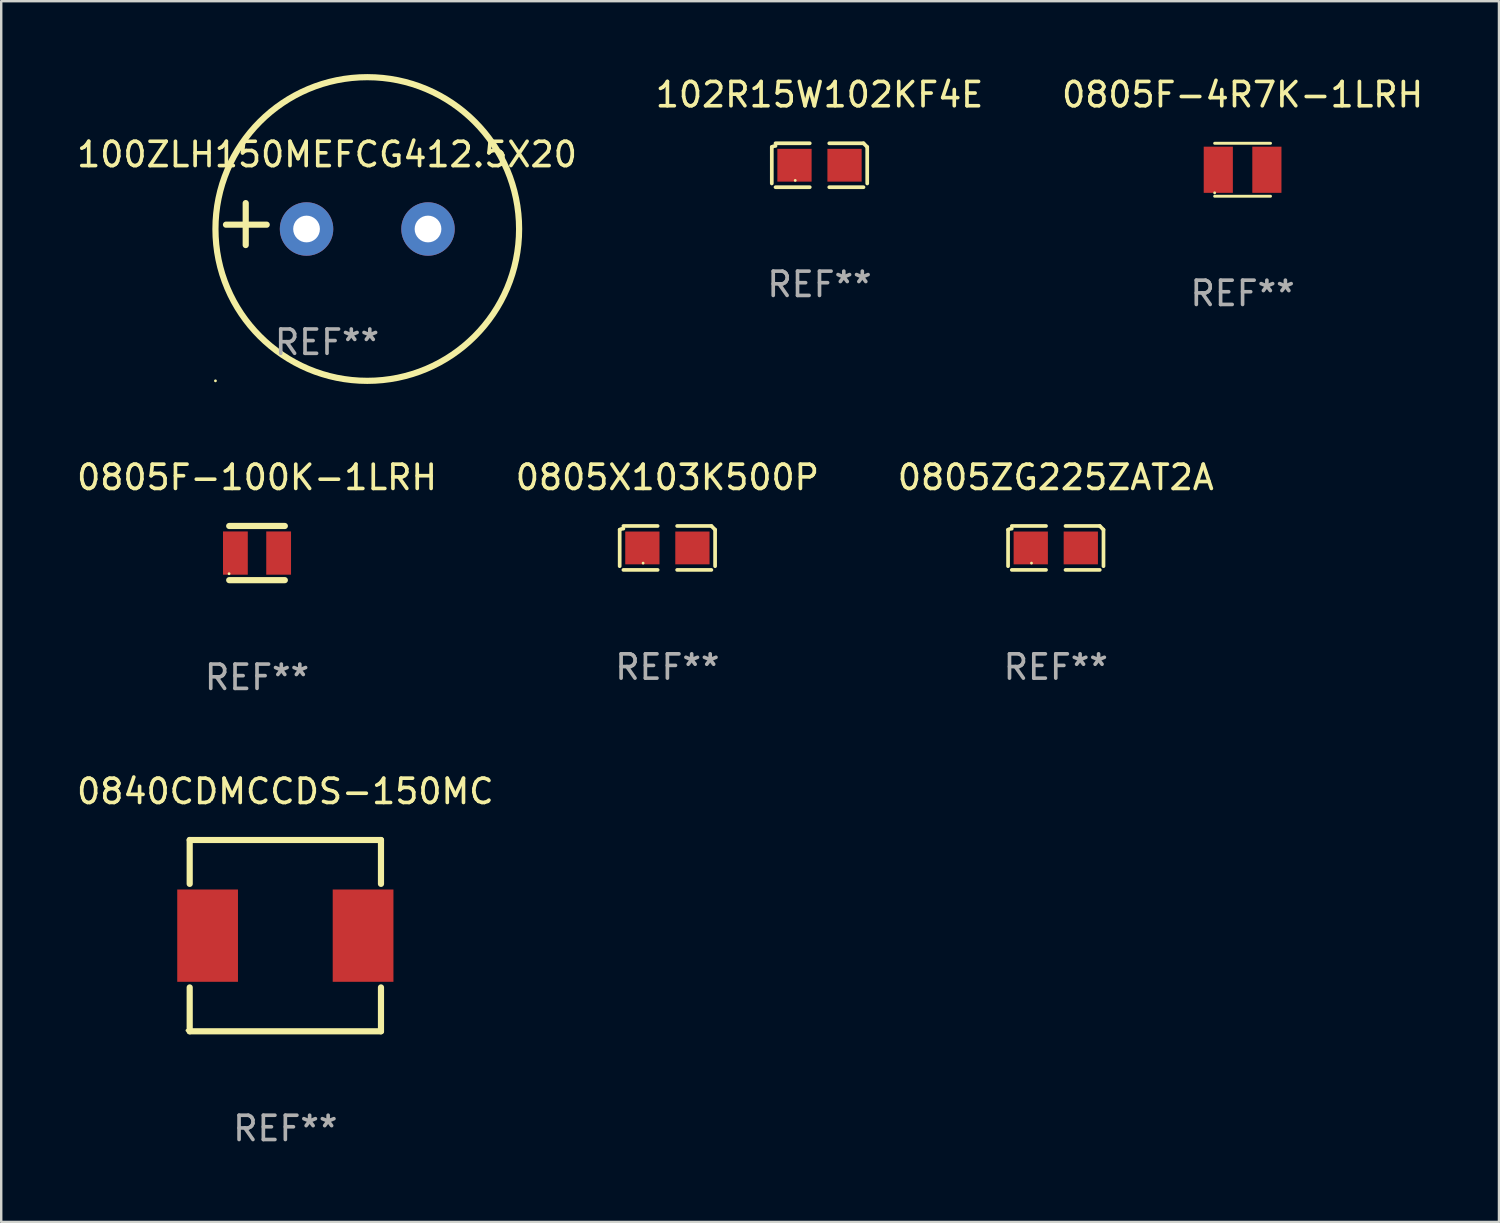
<source format=kicad_pcb>
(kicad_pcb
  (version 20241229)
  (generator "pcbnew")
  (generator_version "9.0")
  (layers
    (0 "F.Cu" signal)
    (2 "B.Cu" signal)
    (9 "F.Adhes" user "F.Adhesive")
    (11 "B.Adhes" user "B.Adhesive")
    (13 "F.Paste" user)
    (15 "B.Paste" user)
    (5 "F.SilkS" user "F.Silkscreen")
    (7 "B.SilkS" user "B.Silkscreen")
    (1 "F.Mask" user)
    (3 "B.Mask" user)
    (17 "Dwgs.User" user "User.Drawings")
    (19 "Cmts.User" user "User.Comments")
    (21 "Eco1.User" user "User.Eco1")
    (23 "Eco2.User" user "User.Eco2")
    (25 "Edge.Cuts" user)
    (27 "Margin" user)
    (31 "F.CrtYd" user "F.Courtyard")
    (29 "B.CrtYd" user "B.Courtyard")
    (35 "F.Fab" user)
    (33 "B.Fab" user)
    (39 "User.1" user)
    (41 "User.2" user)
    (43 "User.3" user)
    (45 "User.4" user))
  (footprint "0840CDMCCDS-150MC"
    (layer "F.Cu")
    (at 8.696 35.466)
    (property "Reference" "0840CDMCCDS-150MC" (at 0 -5.937 0) (layer "F.SilkS") (effects (font (size 1 1) (thickness 0.15))))
    (attr through_hole)
    (fp_line (start -3.937 -3.937) (end 3.937 -3.937) (stroke (width 0.254) (type solid)) (layer "F.SilkS"))
    (fp_line (start -3.937 -2.131) (end -3.937 -3.937) (stroke (width 0.254) (type solid)) (layer "F.SilkS"))
    (fp_line (start -3.937 3.937) (end -3.937 2.131) (stroke (width 0.254) (type solid)) (layer "F.SilkS"))
    (fp_line (start 3.937 -3.937) (end 3.937 -2.131) (stroke (width 0.254) (type solid)) (layer "F.SilkS"))
    (fp_line (start 3.937 2.131) (end 3.937 3.937) (stroke (width 0.254) (type solid)) (layer "F.SilkS"))
    (fp_line (start 3.937 3.937) (end -3.937 3.937) (stroke (width 0.254) (type solid)) (layer "F.SilkS"))
    (fp_circle (center -4.05 3.9) (end -4.02 3.9) (stroke (width 0.06) (type solid)) (fill no) (layer "F.SilkS"))
    (fp_text user "REF**" (at 0 7.937 0) (layer "F.Fab") (effects (font (size 1 1) (thickness 0.15))))
    (pad "1" smd rect (at -3.2 0) (size 2.5 3.8) (layers "F.Cu" "F.Mask" "F.Paste"))
    (pad "2" smd rect (at 3.2 0) (size 2.5 3.8) (layers "F.Cu" "F.Mask" "F.Paste")))
  (footprint "0805F-4R7K-1LRH"
    (layer "F.Cu")
    (at 48.101 3.938)
    (property "Reference" "0805F-4R7K-1LRH" (at 0 -3.09 0) (layer "F.SilkS") (effects (font (size 1 1) (thickness 0.15))))
    (attr through_hole)
    (fp_line (start -1.15 1.09) (end 1.15 1.09) (stroke (width 0.12) (type solid)) (layer "F.SilkS"))
    (fp_line (start 1.15 -1.09) (end -1.15 -1.09) (stroke (width 0.12) (type solid)) (layer "F.SilkS"))
    (fp_circle (center -1.15 0.95) (end -1.12 0.95) (stroke (width 0.06) (type solid)) (fill no) (layer "F.SilkS"))
    (fp_text user "REF**" (at 0 5.09 0) (layer "F.Fab") (effects (font (size 1 1) (thickness 0.15))))
    (pad "1" smd rect (at -1 0 90) (size 1.9 1.2) (layers "F.Cu" "F.Mask" "F.Paste"))
    (pad "2" smd rect (at 1 0 90) (size 1.9 1.2) (layers "F.Cu" "F.Mask" "F.Paste")))
  (footprint "0805X103K500P"
    (layer "F.Cu")
    (at 24.423 19.506)
    (property "Reference" "0805X103K500P" (at 0 -2.904 0) (layer "F.SilkS") (effects (font (size 1 1) (thickness 0.15))))
    (attr through_hole)
    (fp_line (start -1.964 0.751) (end -1.964 -0.751) (stroke (width 0.152) (type solid)) (layer "F.SilkS"))
    (fp_line (start -1.811 -0.904) (end -0.401 -0.904) (stroke (width 0.152) (type solid)) (layer "F.SilkS"))
    (fp_line (start -0.401 0.904) (end -1.811 0.904) (stroke (width 0.152) (type solid)) (layer "F.SilkS"))
    (fp_line (start 0.401 0.904) (end 1.811 0.904) (stroke (width 0.152) (type solid)) (layer "F.SilkS"))
    (fp_line (start 1.811 -0.904) (end 0.401 -0.904) (stroke (width 0.152) (type solid)) (layer "F.SilkS"))
    (fp_line (start 1.964 0.751) (end 1.964 -0.751) (stroke (width 0.152) (type solid)) (layer "F.SilkS"))
    (fp_arc (start -1.963602 -0.751207) (mid -1.890354 -0.783131) (end -1.811201 -0.794044) (stroke (width 0.1524) (type solid)) (layer "F.SilkS"))
    (fp_arc (start 1.811202 -0.903607) (mid 1.887413 -0.827418) (end 1.963602 -0.751207) (stroke (width 0.1524) (type solid)) (layer "F.SilkS"))
    (fp_circle (center -1 0.625) (end -0.97 0.625) (stroke (width 0.06) (type solid)) (fill no) (layer "F.SilkS"))
    (fp_text user "REF**" (at 0 4.904 0) (layer "F.Fab") (effects (font (size 1 1) (thickness 0.15))))
    (pad "1" smd rect (at -1.03 0) (size 1.41 1.35) (layers "F.Cu" "F.Mask" "F.Paste"))
    (pad "2" smd rect (at 1.03 0) (size 1.41 1.35) (layers "F.Cu" "F.Mask" "F.Paste")))
  (footprint "100ZLH150MEFCG412.5X20"
    (layer "F.Cu")
    (at 10.411 6.174)
    (property "Reference" "100ZLH150MEFCG412.5X20" (at 0 -2.864 0) (layer "F.SilkS") (effects (font (size 1 1) (thickness 0.15))))
    (attr through_hole)
    (fp_line (start -3.346 0.864) (end -3.346 -0.864) (stroke (width 0.254) (type solid)) (layer "F.SilkS"))
    (fp_line (start -2.482 0.025) (end -4.158 0.025) (stroke (width 0.254) (type solid)) (layer "F.SilkS"))
    (fp_circle (center -4.592 6.453) (end -4.562 6.453) (stroke (width 0.06) (type solid)) (fill no) (layer "F.SilkS"))
    (fp_circle (center 1.658 0.203) (end 7.908 0.203) (stroke (width 0.254) (type solid)) (fill no) (layer "F.SilkS"))
    (fp_text user "REF**" (at 0 4.864 0) (layer "F.Fab") (effects (font (size 1 1) (thickness 0.15))))
    (pad "1" thru_hole circle (at -0.842 0.203) (size 2.2 2.2) (drill 1.1) (layers "*.Cu" "*.Mask"))
    (pad "2" thru_hole circle (at 4.158 0.203) (size 2.2 2.2) (drill 1.1) (layers "*.Cu" "*.Mask")))
  (footprint "0805ZG225ZAT2A"
    (layer "F.Cu")
    (at 40.411 19.506)
    (property "Reference" "0805ZG225ZAT2A" (at 0 -2.904 0) (layer "F.SilkS") (effects (font (size 1 1) (thickness 0.15))))
    (attr through_hole)
    (fp_line (start -1.964 0.751) (end -1.964 -0.751) (stroke (width 0.152) (type solid)) (layer "F.SilkS"))
    (fp_line (start -1.811 -0.904) (end -0.401 -0.904) (stroke (width 0.152) (type solid)) (layer "F.SilkS"))
    (fp_line (start -0.401 0.904) (end -1.811 0.904) (stroke (width 0.152) (type solid)) (layer "F.SilkS"))
    (fp_line (start 0.401 0.904) (end 1.811 0.904) (stroke (width 0.152) (type solid)) (layer "F.SilkS"))
    (fp_line (start 1.811 -0.904) (end 0.401 -0.904) (stroke (width 0.152) (type solid)) (layer "F.SilkS"))
    (fp_line (start 1.964 0.751) (end 1.964 -0.751) (stroke (width 0.152) (type solid)) (layer "F.SilkS"))
    (fp_arc (start -1.963602 -0.751207) (mid -1.890354 -0.783131) (end -1.811201 -0.794044) (stroke (width 0.1524) (type solid)) (layer "F.SilkS"))
    (fp_arc (start 1.811202 -0.903607) (mid 1.887413 -0.827418) (end 1.963602 -0.751207) (stroke (width 0.1524) (type solid)) (layer "F.SilkS"))
    (fp_circle (center -1 0.625) (end -0.97 0.625) (stroke (width 0.06) (type solid)) (fill no) (layer "F.SilkS"))
    (fp_text user "REF**" (at 0 4.904 0) (layer "F.Fab") (effects (font (size 1 1) (thickness 0.15))))
    (pad "1" smd rect (at -1.03 0) (size 1.41 1.35) (layers "F.Cu" "F.Mask" "F.Paste"))
    (pad "2" smd rect (at 1.03 0) (size 1.41 1.35) (layers "F.Cu" "F.Mask" "F.Paste")))
  (footprint "102R15W102KF4E"
    (layer "F.Cu")
    (at 30.685 3.752)
    (property "Reference" "102R15W102KF4E" (at 0 -2.904 0) (layer "F.SilkS") (effects (font (size 1 1) (thickness 0.15))))
    (attr through_hole)
    (fp_line (start -1.964 0.751) (end -1.964 -0.751) (stroke (width 0.152) (type solid)) (layer "F.SilkS"))
    (fp_line (start -1.811 -0.904) (end -0.401 -0.904) (stroke (width 0.152) (type solid)) (layer "F.SilkS"))
    (fp_line (start -0.401 0.904) (end -1.811 0.904) (stroke (width 0.152) (type solid)) (layer "F.SilkS"))
    (fp_line (start 0.401 0.904) (end 1.811 0.904) (stroke (width 0.152) (type solid)) (layer "F.SilkS"))
    (fp_line (start 1.811 -0.904) (end 0.401 -0.904) (stroke (width 0.152) (type solid)) (layer "F.SilkS"))
    (fp_line (start 1.964 0.751) (end 1.964 -0.751) (stroke (width 0.152) (type solid)) (layer "F.SilkS"))
    (fp_arc (start -1.963602 -0.751207) (mid -1.890354 -0.783131) (end -1.811201 -0.794044) (stroke (width 0.1524) (type solid)) (layer "F.SilkS"))
    (fp_arc (start 1.811202 -0.903607) (mid 1.887413 -0.827418) (end 1.963602 -0.751207) (stroke (width 0.1524) (type solid)) (layer "F.SilkS"))
    (fp_circle (center -1 0.625) (end -0.97 0.625) (stroke (width 0.06) (type solid)) (fill no) (layer "F.SilkS"))
    (fp_text user "REF**" (at 0 4.904 0) (layer "F.Fab") (effects (font (size 1 1) (thickness 0.15))))
    (pad "1" smd rect (at -1.03 0) (size 1.41 1.35) (layers "F.Cu" "F.Mask" "F.Paste"))
    (pad "2" smd rect (at 1.03 0) (size 1.41 1.35) (layers "F.Cu" "F.Mask" "F.Paste")))
  (footprint "0805F-100K-1LRH"
    (layer "F.Cu")
    (at 7.53 19.717)
    (property "Reference" "0805F-100K-1LRH" (at 0 -3.115 0) (layer "F.SilkS") (effects (font (size 1 1) (thickness 0.15))))
    (attr through_hole)
    (fp_line (start -1.145 -1.115) (end 1.145 -1.115) (stroke (width 0.254) (type solid)) (layer "F.SilkS"))
    (fp_line (start -1.145 1.115) (end 1.145 1.115) (stroke (width 0.254) (type solid)) (layer "F.SilkS"))
    (fp_circle (center -1.15 0.85) (end -1.12 0.85) (stroke (width 0.06) (type solid)) (fill no) (layer "F.SilkS"))
    (fp_text user "REF**" (at 0 5.115 0) (layer "F.Fab") (effects (font (size 1 1) (thickness 0.15))))
    (pad "1" smd rect (at -0.89 0 90) (size 1.78 1.02) (layers "F.Cu" "F.Mask" "F.Paste"))
    (pad "2" smd rect (at 0.89 0 90) (size 1.78 1.02) (layers "F.Cu" "F.Mask" "F.Paste")))
  (gr_rect
    (start -3 -3)
    (end 58.655 47.251)
    (stroke (width 0.1) (type default))
    (fill no)
    (layer "Edge.Cuts")))
</source>
